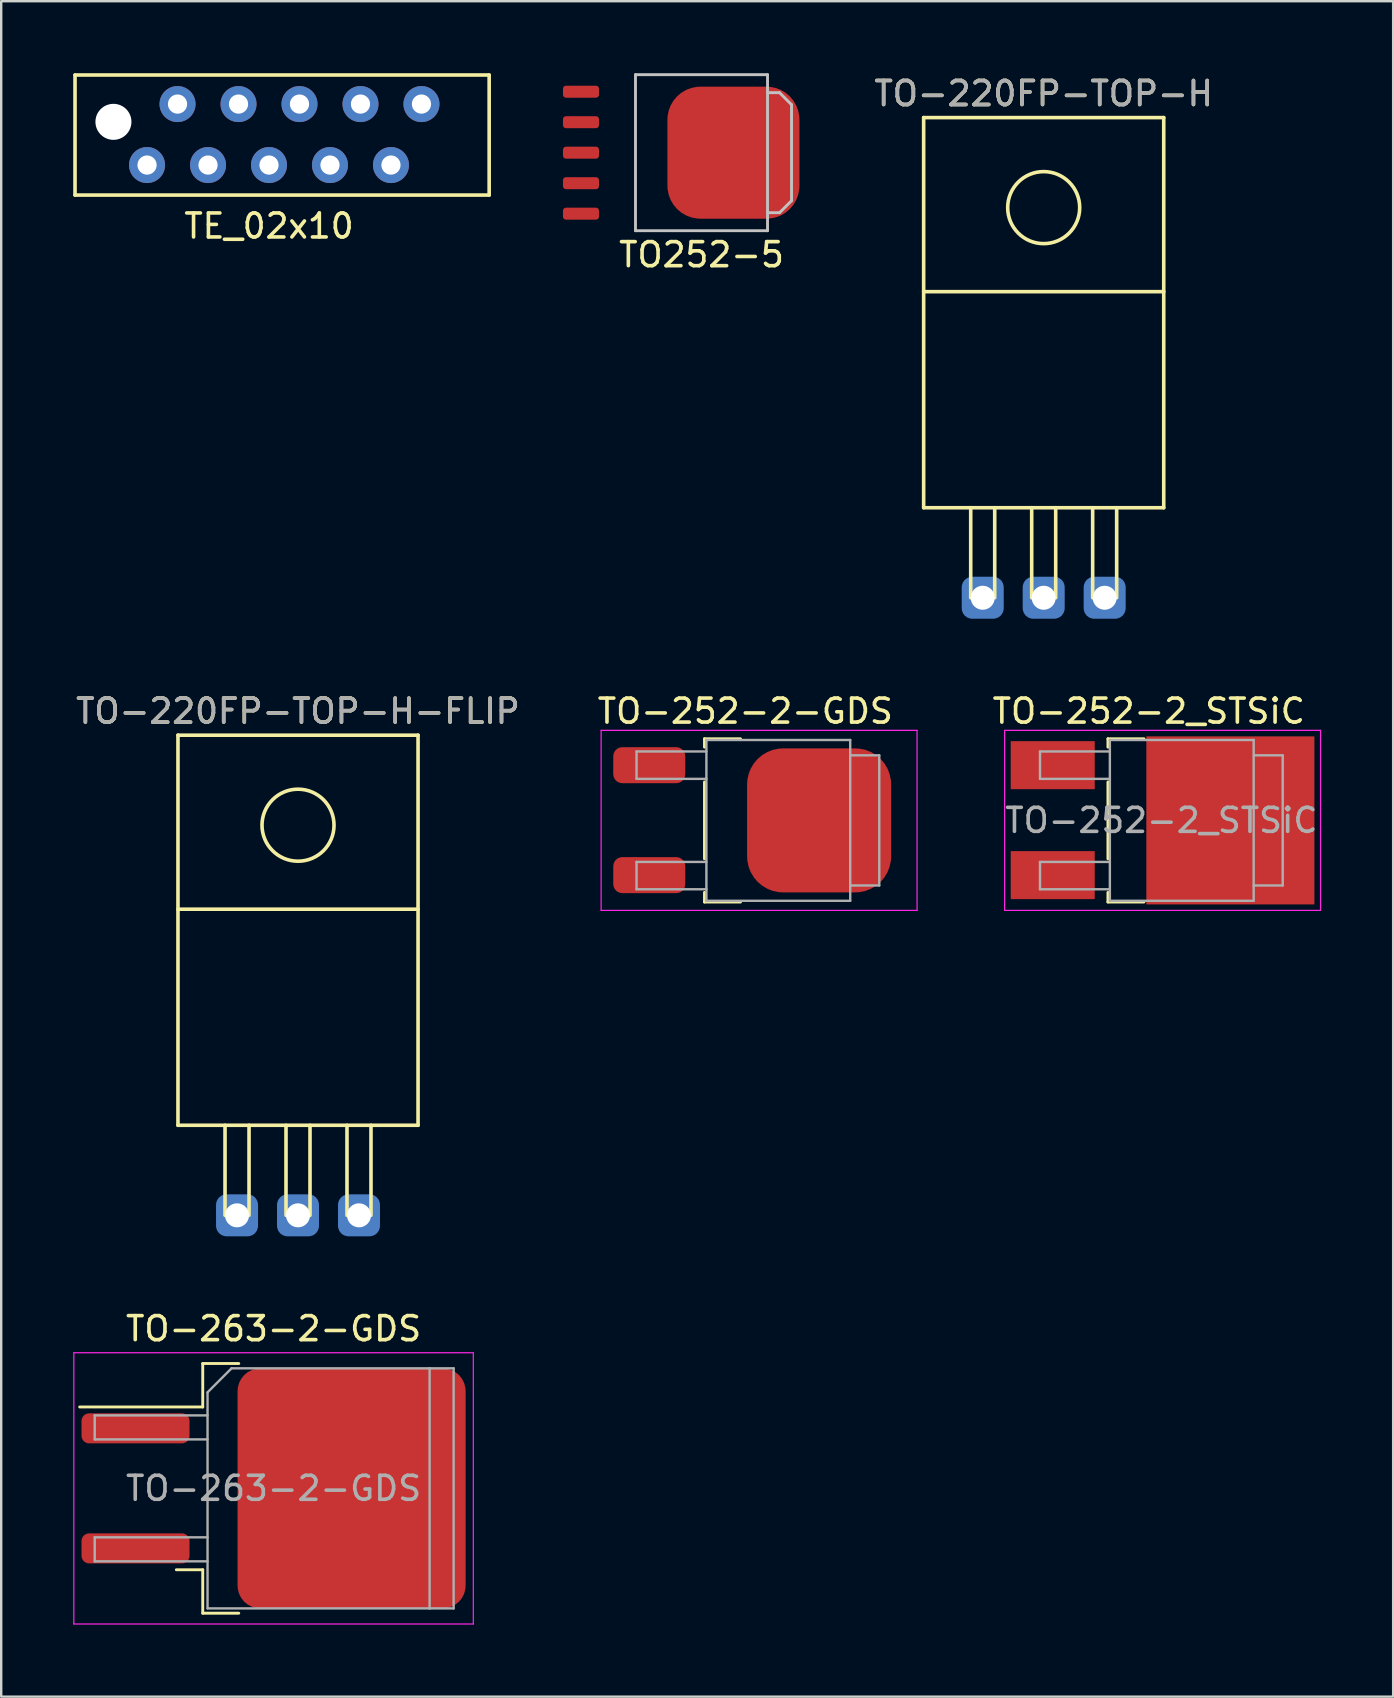
<source format=kicad_pcb>
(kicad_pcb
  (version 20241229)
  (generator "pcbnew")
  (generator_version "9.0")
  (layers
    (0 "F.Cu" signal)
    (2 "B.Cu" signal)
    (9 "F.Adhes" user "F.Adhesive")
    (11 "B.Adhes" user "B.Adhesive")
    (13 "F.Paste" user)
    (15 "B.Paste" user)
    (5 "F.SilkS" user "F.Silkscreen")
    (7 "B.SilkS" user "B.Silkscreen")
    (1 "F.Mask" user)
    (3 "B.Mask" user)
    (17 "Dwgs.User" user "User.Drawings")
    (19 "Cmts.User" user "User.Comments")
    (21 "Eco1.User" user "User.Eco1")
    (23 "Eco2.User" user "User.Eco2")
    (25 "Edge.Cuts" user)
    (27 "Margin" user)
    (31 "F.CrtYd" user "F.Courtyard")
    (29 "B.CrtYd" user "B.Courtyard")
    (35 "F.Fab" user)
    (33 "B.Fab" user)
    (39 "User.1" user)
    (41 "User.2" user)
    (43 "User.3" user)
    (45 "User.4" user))
  (footprint "TO-220FP-TOP-H"
    (layer "F.Cu")
    (at 40.423 21.848)
    (property "Reference" "TO-220FP-TOP-H" (at 0 -21 0) (layer "F.SilkS") (effects (font (size 1 1) (thickness 0.15))))
    (attr through_hole)
    (fp_line (start -5 -20) (end -5 -3.75) (stroke (width 0.15) (type solid)) (layer "F.SilkS"))
    (fp_line (start -5 -20) (end 5 -20) (stroke (width 0.15) (type solid)) (layer "F.SilkS"))
    (fp_line (start -5 -12.75) (end 5 -12.75) (stroke (width 0.15) (type solid)) (layer "F.SilkS"))
    (fp_line (start -5 -3.75) (end 5 -3.75) (stroke (width 0.15) (type solid)) (layer "F.SilkS"))
    (fp_line (start -3.04 -3.75) (end -3.04 0) (stroke (width 0.15) (type solid)) (layer "F.SilkS"))
    (fp_line (start -2.04 -3.75) (end -2.04 0) (stroke (width 0.15) (type solid)) (layer "F.SilkS"))
    (fp_line (start -0.5 -3.75) (end -0.5 0) (stroke (width 0.15) (type solid)) (layer "F.SilkS"))
    (fp_line (start 0.5 -3.75) (end 0.5 0) (stroke (width 0.15) (type solid)) (layer "F.SilkS"))
    (fp_line (start 2.04 -3.75) (end 2.04 0) (stroke (width 0.15) (type solid)) (layer "F.SilkS"))
    (fp_line (start 3.04 -3.75) (end 3.04 0) (stroke (width 0.15) (type solid)) (layer "F.SilkS"))
    (fp_line (start 5 -20) (end 5 -3.75) (stroke (width 0.15) (type solid)) (layer "F.SilkS"))
    (fp_circle (center 0 -16.25) (end 1.5 -16.25) (stroke (width 0.15) (type solid)) (fill no) (layer "F.SilkS"))
    (fp_text user "${REFERENCE}" (at 0 -21 0) (layer "F.Fab") (effects (font (size 1 1) (thickness 0.15))))
    (pad "1" thru_hole circle (at -2.54 0) (size 1.5 1.5) (drill 1) (layers "*.Cu" "*.Mask"))
    (pad "1" smd roundrect (at -2.54 0) (size 1.75 1.75) (layers "B.Cu" "B.Mask") (roundrect_rratio 0.25))
    (pad "2" thru_hole circle (at 0 0) (size 1.5 1.5) (drill 1) (layers "*.Cu" "*.Mask"))
    (pad "2" smd roundrect (at 0 0) (size 1.75 1.75) (layers "B.Cu" "B.Mask") (roundrect_rratio 0.25))
    (pad "3" thru_hole circle (at 2.54 0) (size 1.5 1.5) (drill 1) (layers "*.Cu" "*.Mask"))
    (pad "3" smd roundrect (at 2.54 0) (size 1.75 1.75) (layers "B.Cu" "B.Mask") (roundrect_rratio 0.25)))
  (footprint "TE_02x10"
    (layer "F.Cu")
    (at 3.075 3.825)
    (property "Reference" "TE_02x10" (at 5.08 2.54 0) (layer "F.SilkS") (effects (font (size 1 1) (thickness 0.15))))
    (attr through_hole)
    (fp_line (start -3 -3.75) (end 14.25 -3.75) (stroke (width 0.15) (type solid)) (layer "F.SilkS"))
    (fp_line (start -3 1.25) (end -3 -3.75) (stroke (width 0.15) (type solid)) (layer "F.SilkS"))
    (fp_line (start -3 1.25) (end 14.25 1.25) (stroke (width 0.15) (type solid)) (layer "F.SilkS"))
    (fp_line (start 14.25 1.25) (end 14.25 -3.75) (stroke (width 0.15) (type solid)) (layer "F.SilkS"))
    (pad "" np_thru_hole circle (at -1.4 -1.8) (size 1.5 1.5) (drill 1.5) (layers "*.Cu" "*.Mask"))
    (pad "1" thru_hole circle (at 0 0) (size 1.5 1.5) (drill 0.8) (layers "*.Cu" "*.Mask"))
    (pad "2" thru_hole circle (at 1.27 -2.54) (size 1.5 1.5) (drill 0.8) (layers "*.Cu" "*.Mask"))
    (pad "3" thru_hole circle (at 2.54 0) (size 1.5 1.5) (drill 0.8) (layers "*.Cu" "*.Mask"))
    (pad "4" thru_hole circle (at 3.81 -2.54) (size 1.5 1.5) (drill 0.8) (layers "*.Cu" "*.Mask"))
    (pad "5" thru_hole circle (at 5.08 0) (size 1.5 1.5) (drill 0.8) (layers "*.Cu" "*.Mask"))
    (pad "6" thru_hole circle (at 6.35 -2.54) (size 1.5 1.5) (drill 0.8) (layers "*.Cu" "*.Mask"))
    (pad "7" thru_hole circle (at 7.62 0) (size 1.5 1.5) (drill 0.8) (layers "*.Cu" "*.Mask"))
    (pad "8" thru_hole circle (at 8.89 -2.54) (size 1.5 1.5) (drill 0.8) (layers "*.Cu" "*.Mask"))
    (pad "9" thru_hole circle (at 10.16 0) (size 1.5 1.5) (drill 0.8) (layers "*.Cu" "*.Mask"))
    (pad "10" thru_hole circle (at 11.43 -2.54) (size 1.5 1.5) (drill 0.8) (layers "*.Cu" "*.Mask")))
  (footprint "TO-252-2_STSiC"
    (layer "F.Cu")
    (at 45.374 31.122)
    (property "Reference" "TO-252-2_STSiC" (at -0.575 -4.55 0) (layer "F.SilkS") (effects (font (size 1 1) (thickness 0.15))))
    (attr smd)
    (fp_line (start -2.275 -3.4) (end -0.775 -3.4) (stroke (width 0.12) (type solid)) (layer "F.SilkS"))
    (fp_line (start -2.275 -3.05) (end -2.275 -3.4) (stroke (width 0.12) (type solid)) (layer "F.SilkS"))
    (fp_line (start -2.275 1.6) (end -2.275 -1.6) (stroke (width 0.12) (type solid)) (layer "F.SilkS"))
    (fp_line (start -2.275 3.4) (end -2.275 3) (stroke (width 0.12) (type solid)) (layer "F.SilkS"))
    (fp_line (start -0.775 3.4) (end -2.275 3.4) (stroke (width 0.12) (type solid)) (layer "F.SilkS"))
    (fp_line (start -6.58 3.75) (end -6.58 -3.75) (stroke (width 0.05) (type solid)) (layer "F.CrtYd"))
    (fp_line (start -6.58 3.75) (end 6.58 3.75) (stroke (width 0.05) (type solid)) (layer "F.CrtYd"))
    (fp_line (start 6.58 -3.75) (end -6.58 -3.75) (stroke (width 0.05) (type solid)) (layer "F.CrtYd"))
    (fp_line (start 6.58 -3.75) (end 6.58 3.75) (stroke (width 0.05) (type solid)) (layer "F.CrtYd"))
    (fp_line (start -5.105 -2.87) (end -5.105 -1.73) (stroke (width 0.1) (type solid)) (layer "F.Fab"))
    (fp_line (start -5.105 -1.73) (end -2.195 -1.73) (stroke (width 0.1) (type solid)) (layer "F.Fab"))
    (fp_line (start -5.105 1.73) (end -5.105 2.87) (stroke (width 0.1) (type solid)) (layer "F.Fab"))
    (fp_line (start -5.105 2.87) (end -2.195 2.87) (stroke (width 0.1) (type solid)) (layer "F.Fab"))
    (fp_line (start -2.195 -2.87) (end -5.105 -2.87) (stroke (width 0.1) (type solid)) (layer "F.Fab"))
    (fp_line (start -2.195 1.73) (end -5.105 1.73) (stroke (width 0.1) (type solid)) (layer "F.Fab"))
    (fp_line (start -2.195 3.35) (end -2.195 -3.35) (stroke (width 0.1) (type solid)) (layer "F.Fab"))
    (fp_line (start -2.195 3.35) (end 3.795 3.35) (stroke (width 0.1) (type solid)) (layer "F.Fab"))
    (fp_line (start 3.795 -3.35) (end -2.195 -3.35) (stroke (width 0.1) (type solid)) (layer "F.Fab"))
    (fp_line (start 3.795 3.35) (end 3.795 -3.35) (stroke (width 0.1) (type solid)) (layer "F.Fab"))
    (fp_line (start 3.805 -2.71) (end 5.005 -2.71) (stroke (width 0.1) (type solid)) (layer "F.Fab"))
    (fp_line (start 5.005 -2.71) (end 5.005 2.71) (stroke (width 0.1) (type solid)) (layer "F.Fab"))
    (fp_line (start 5.005 2.71) (end 3.795 2.71) (stroke (width 0.1) (type solid)) (layer "F.Fab"))
    (fp_text user "${REFERENCE}" (at -0.05 0 0) (layer "F.Fab") (effects (font (size 1 1) (thickness 0.15))))
    (pad "" smd rect (at -4.575 -2.3) (size 3.5 2) (layers "F.Cu" "F.Mask" "F.Paste"))
    (pad "" smd rect (at 1.05 -1.8 270) (size 3.3 3.3) (layers "F.Paste"))
    (pad "" smd rect (at 1.05 1.8 270) (size 3.3 3.3) (layers "F.Paste"))
    (pad "" smd rect (at 4.6 -1.8 270) (size 3.3 3.3) (layers "F.Paste"))
    (pad "" smd rect (at 4.6 1.8 270) (size 3.3 3.3) (layers "F.Paste"))
    (pad "1" smd rect (at -4.575 2.28) (size 3.5 2) (layers "F.Cu" "F.Mask" "F.Paste"))
    (pad "2" smd rect (at 2.825 0) (size 7 7) (layers "F.Cu" "F.Mask")))
  (footprint "TO-220FP-TOP-H-FLIP"
    (layer "F.Cu")
    (at 9.363 47.572)
    (property "Reference" "TO-220FP-TOP-H-FLIP" (at 0 -21 0) (layer "F.SilkS") (effects (font (size 1 1) (thickness 0.15))))
    (attr through_hole)
    (fp_line (start -5 -20) (end -5 -3.75) (stroke (width 0.15) (type solid)) (layer "F.SilkS"))
    (fp_line (start -5 -20) (end 5 -20) (stroke (width 0.15) (type solid)) (layer "F.SilkS"))
    (fp_line (start -5 -12.75) (end 5 -12.75) (stroke (width 0.15) (type solid)) (layer "F.SilkS"))
    (fp_line (start -5 -3.75) (end 5 -3.75) (stroke (width 0.15) (type solid)) (layer "F.SilkS"))
    (fp_line (start -3.04 -3.75) (end -3.04 0) (stroke (width 0.15) (type solid)) (layer "F.SilkS"))
    (fp_line (start -2.04 -3.75) (end -2.04 0) (stroke (width 0.15) (type solid)) (layer "F.SilkS"))
    (fp_line (start -0.5 -3.75) (end -0.5 0) (stroke (width 0.15) (type solid)) (layer "F.SilkS"))
    (fp_line (start 0.5 -3.75) (end 0.5 0) (stroke (width 0.15) (type solid)) (layer "F.SilkS"))
    (fp_line (start 2.04 -3.75) (end 2.04 0) (stroke (width 0.15) (type solid)) (layer "F.SilkS"))
    (fp_line (start 3.04 -3.75) (end 3.04 0) (stroke (width 0.15) (type solid)) (layer "F.SilkS"))
    (fp_line (start 5 -20) (end 5 -3.75) (stroke (width 0.15) (type solid)) (layer "F.SilkS"))
    (fp_circle (center 0 -16.25) (end 1.5 -16.25) (stroke (width 0.15) (type solid)) (fill no) (layer "F.SilkS"))
    (fp_text user "${REFERENCE}" (at 0 -21 0) (layer "F.Fab") (effects (font (size 1 1) (thickness 0.15))))
    (pad "1" thru_hole circle (at 2.54 0) (size 1.5 1.5) (drill 1) (layers "*.Cu" "*.Mask"))
    (pad "1" smd roundrect (at 2.54 0) (size 1.75 1.75) (layers "B.Cu" "B.Mask") (roundrect_rratio 0.25))
    (pad "2" thru_hole circle (at 0 0) (size 1.5 1.5) (drill 1) (layers "*.Cu" "*.Mask"))
    (pad "2" smd roundrect (at 0 0) (size 1.75 1.75) (layers "B.Cu" "B.Mask") (roundrect_rratio 0.25))
    (pad "3" thru_hole circle (at -2.54 0) (size 1.5 1.5) (drill 1) (layers "*.Cu" "*.Mask"))
    (pad "3" smd roundrect (at -2.54 0) (size 1.75 1.75) (layers "B.Cu" "B.Mask") (roundrect_rratio 0.25)))
  (footprint "TO252-5"
    (layer "F.Cu")
    (at 24.42 3.31)
    (property "Reference" "TO252-5" (at 1.75 4.25 0) (layer "F.SilkS") (effects (font (size 1 1) (thickness 0.15))))
    (attr through_hole)
    (fp_line (start -1 -3.25) (end -1 3.25) (stroke (width 0.12) (type solid)) (layer "Dwgs.User"))
    (fp_line (start -1 3.25) (end 4.5 3.25) (stroke (width 0.12) (type solid)) (layer "Dwgs.User"))
    (fp_line (start 4.5 -3.25) (end -1 -3.25) (stroke (width 0.12) (type solid)) (layer "Dwgs.User"))
    (fp_line (start 4.5 -2.5) (end 5 -2.5) (stroke (width 0.12) (type solid)) (layer "Dwgs.User"))
    (fp_line (start 4.5 3.25) (end 4.5 -3.25) (stroke (width 0.12) (type solid)) (layer "Dwgs.User"))
    (fp_line (start 5 -2.5) (end 5.5 -2) (stroke (width 0.12) (type solid)) (layer "Dwgs.User"))
    (fp_line (start 5 2.5) (end 4.5 2.5) (stroke (width 0.12) (type solid)) (layer "Dwgs.User"))
    (fp_line (start 5.5 -2) (end 5.5 2) (stroke (width 0.12) (type solid)) (layer "Dwgs.User"))
    (fp_line (start 5.5 2) (end 5 2.5) (stroke (width 0.12) (type solid)) (layer "Dwgs.User"))
    (pad "1" smd roundrect (at -3.27 -2.54) (size 1.5 0.5) (layers "F.Cu" "F.Mask" "F.Paste") (roundrect_rratio 0.25))
    (pad "2" smd roundrect (at -3.27 -1.27) (size 1.5 0.5) (layers "F.Cu" "F.Mask" "F.Paste") (roundrect_rratio 0.25))
    (pad "3" smd roundrect (at -3.27 0) (size 1.5 0.5) (layers "F.Cu" "F.Mask" "F.Paste") (roundrect_rratio 0.25))
    (pad "4" smd roundrect (at -3.27 1.27) (size 1.5 0.5) (layers "F.Cu" "F.Mask" "F.Paste") (roundrect_rratio 0.25))
    (pad "5" smd roundrect (at -3.27 2.54) (size 1.5 0.5) (layers "F.Cu" "F.Mask" "F.Paste") (roundrect_rratio 0.25))
    (pad "6" smd roundrect (at 3.08 0) (size 5.5 5.5) (layers "F.Cu" "F.Mask" "F.Paste") (roundrect_rratio 0.25)))
  (footprint "TO-263-2-GDS"
    (layer "F.Cu")
    (at 8.345 58.945)
    (property "Reference" "TO-263-2-GDS" (at 0 -6.65 0) (layer "F.SilkS") (effects (font (size 1 1) (thickness 0.15))))
    (attr smd)
    (fp_line (start -2.95 -5.2) (end -2.95 -3.39) (stroke (width 0.12) (type solid)) (layer "F.SilkS"))
    (fp_line (start -2.95 -3.39) (end -8.075 -3.39) (stroke (width 0.12) (type solid)) (layer "F.SilkS"))
    (fp_line (start -2.95 3.39) (end -4.05 3.39) (stroke (width 0.12) (type solid)) (layer "F.SilkS"))
    (fp_line (start -2.95 5.2) (end -2.95 3.39) (stroke (width 0.12) (type solid)) (layer "F.SilkS"))
    (fp_line (start -1.45 -5.2) (end -2.95 -5.2) (stroke (width 0.12) (type solid)) (layer "F.SilkS"))
    (fp_line (start -1.45 5.2) (end -2.95 5.2) (stroke (width 0.12) (type solid)) (layer "F.SilkS"))
    (fp_line (start -8.32 -5.65) (end -8.32 5.65) (stroke (width 0.05) (type solid)) (layer "F.CrtYd"))
    (fp_line (start -8.32 5.65) (end 8.32 5.65) (stroke (width 0.05) (type solid)) (layer "F.CrtYd"))
    (fp_line (start 8.32 -5.65) (end -8.32 -5.65) (stroke (width 0.05) (type solid)) (layer "F.CrtYd"))
    (fp_line (start 8.32 5.65) (end 8.32 -5.65) (stroke (width 0.05) (type solid)) (layer "F.CrtYd"))
    (fp_line (start -7.45 -3.04) (end -7.45 -2.04) (stroke (width 0.1) (type solid)) (layer "F.Fab"))
    (fp_line (start -7.45 -2.04) (end -2.75 -2.04) (stroke (width 0.1) (type solid)) (layer "F.Fab"))
    (fp_line (start -7.45 2.04) (end -7.45 3.04) (stroke (width 0.1) (type solid)) (layer "F.Fab"))
    (fp_line (start -7.45 3.04) (end -2.75 3.04) (stroke (width 0.1) (type solid)) (layer "F.Fab"))
    (fp_line (start -2.75 -4) (end -1.75 -5) (stroke (width 0.1) (type solid)) (layer "F.Fab"))
    (fp_line (start -2.75 -3.04) (end -7.45 -3.04) (stroke (width 0.1) (type solid)) (layer "F.Fab"))
    (fp_line (start -2.75 2.04) (end -7.45 2.04) (stroke (width 0.1) (type solid)) (layer "F.Fab"))
    (fp_line (start -2.75 5) (end -2.75 -4) (stroke (width 0.1) (type solid)) (layer "F.Fab"))
    (fp_line (start -1.75 -5) (end 6.5 -5) (stroke (width 0.1) (type solid)) (layer "F.Fab"))
    (fp_line (start 6.5 -5) (end 6.5 5) (stroke (width 0.1) (type solid)) (layer "F.Fab"))
    (fp_line (start 6.5 -5) (end 7.5 -5) (stroke (width 0.1) (type solid)) (layer "F.Fab"))
    (fp_line (start 6.5 5) (end -2.75 5) (stroke (width 0.1) (type solid)) (layer "F.Fab"))
    (fp_line (start 7.5 -5) (end 7.5 5) (stroke (width 0.1) (type solid)) (layer "F.Fab"))
    (fp_line (start 7.5 5) (end 6.5 5) (stroke (width 0.1) (type solid)) (layer "F.Fab"))
    (fp_text user "${REFERENCE}" (at 0 0 0) (layer "F.Fab") (effects (font (size 1 1) (thickness 0.15))))
    (pad "D" smd roundrect (at 3.25 0) (size 9.5 10) (layers "F.Cu" "F.Mask" "F.Paste") (roundrect_rratio 0.1))
    (pad "G" smd roundrect (at -5.75 -2.5) (size 4.5 1.25) (layers "F.Cu" "F.Mask" "F.Paste") (roundrect_rratio 0.25))
    (pad "S" smd roundrect (at -5.75 2.5) (size 4.5 1.25) (layers "F.Cu" "F.Mask" "F.Paste") (roundrect_rratio 0.25)))
  (footprint "TO-252-2-GDS"
    (layer "F.Cu")
    (at 28.569 31.122)
    (property "Reference" "TO-252-2-GDS" (at -0.575 -4.55 0) (layer "F.SilkS") (effects (font (size 1 1) (thickness 0.15))))
    (attr smd)
    (fp_line (start -2.275 -3.4) (end -0.775 -3.4) (stroke (width 0.12) (type solid)) (layer "F.SilkS"))
    (fp_line (start -2.275 -3.05) (end -2.275 -3.4) (stroke (width 0.12) (type solid)) (layer "F.SilkS"))
    (fp_line (start -2.275 1.6) (end -2.275 -1.6) (stroke (width 0.12) (type solid)) (layer "F.SilkS"))
    (fp_line (start -2.275 3.4) (end -2.275 3) (stroke (width 0.12) (type solid)) (layer "F.SilkS"))
    (fp_line (start -0.775 3.4) (end -2.275 3.4) (stroke (width 0.12) (type solid)) (layer "F.SilkS"))
    (fp_line (start -6.58 3.75) (end -6.58 -3.75) (stroke (width 0.05) (type solid)) (layer "F.CrtYd"))
    (fp_line (start -6.58 3.75) (end 6.58 3.75) (stroke (width 0.05) (type solid)) (layer "F.CrtYd"))
    (fp_line (start 6.58 -3.75) (end -6.58 -3.75) (stroke (width 0.05) (type solid)) (layer "F.CrtYd"))
    (fp_line (start 6.58 -3.75) (end 6.58 3.75) (stroke (width 0.05) (type solid)) (layer "F.CrtYd"))
    (fp_line (start -5.105 -2.87) (end -5.105 -1.73) (stroke (width 0.1) (type solid)) (layer "F.Fab"))
    (fp_line (start -5.105 -1.73) (end -2.195 -1.73) (stroke (width 0.1) (type solid)) (layer "F.Fab"))
    (fp_line (start -5.105 1.73) (end -5.105 2.87) (stroke (width 0.1) (type solid)) (layer "F.Fab"))
    (fp_line (start -5.105 2.87) (end -2.195 2.87) (stroke (width 0.1) (type solid)) (layer "F.Fab"))
    (fp_line (start -2.195 -2.87) (end -5.105 -2.87) (stroke (width 0.1) (type solid)) (layer "F.Fab"))
    (fp_line (start -2.195 1.73) (end -5.105 1.73) (stroke (width 0.1) (type solid)) (layer "F.Fab"))
    (fp_line (start -2.195 3.35) (end -2.195 -3.35) (stroke (width 0.1) (type solid)) (layer "F.Fab"))
    (fp_line (start -2.195 3.35) (end 3.795 3.35) (stroke (width 0.1) (type solid)) (layer "F.Fab"))
    (fp_line (start 3.795 -3.35) (end -2.195 -3.35) (stroke (width 0.1) (type solid)) (layer "F.Fab"))
    (fp_line (start 3.795 3.35) (end 3.795 -3.35) (stroke (width 0.1) (type solid)) (layer "F.Fab"))
    (fp_line (start 3.805 -2.71) (end 5.005 -2.71) (stroke (width 0.1) (type solid)) (layer "F.Fab"))
    (fp_line (start 5.005 -2.71) (end 5.005 2.71) (stroke (width 0.1) (type solid)) (layer "F.Fab"))
    (fp_line (start 5.005 2.71) (end 3.795 2.71) (stroke (width 0.1) (type solid)) (layer "F.Fab"))
    (pad "D" smd roundrect (at 2.5 0) (size 6 6) (layers "F.Cu" "F.Mask") (roundrect_rratio 0.25))
    (pad "G" smd roundrect (at -4.575 -2.3) (size 3 1.5) (layers "F.Cu" "F.Mask" "F.Paste") (roundrect_rratio 0.25))
    (pad "S" smd roundrect (at -4.575 2.28) (size 3 1.5) (layers "F.Cu" "F.Mask" "F.Paste") (roundrect_rratio 0.25)))
  (gr_rect
    (start -3 -3)
    (end 54.979 67.62)
    (stroke (width 0.1) (type default))
    (fill no)
    (layer "Edge.Cuts")))
</source>
